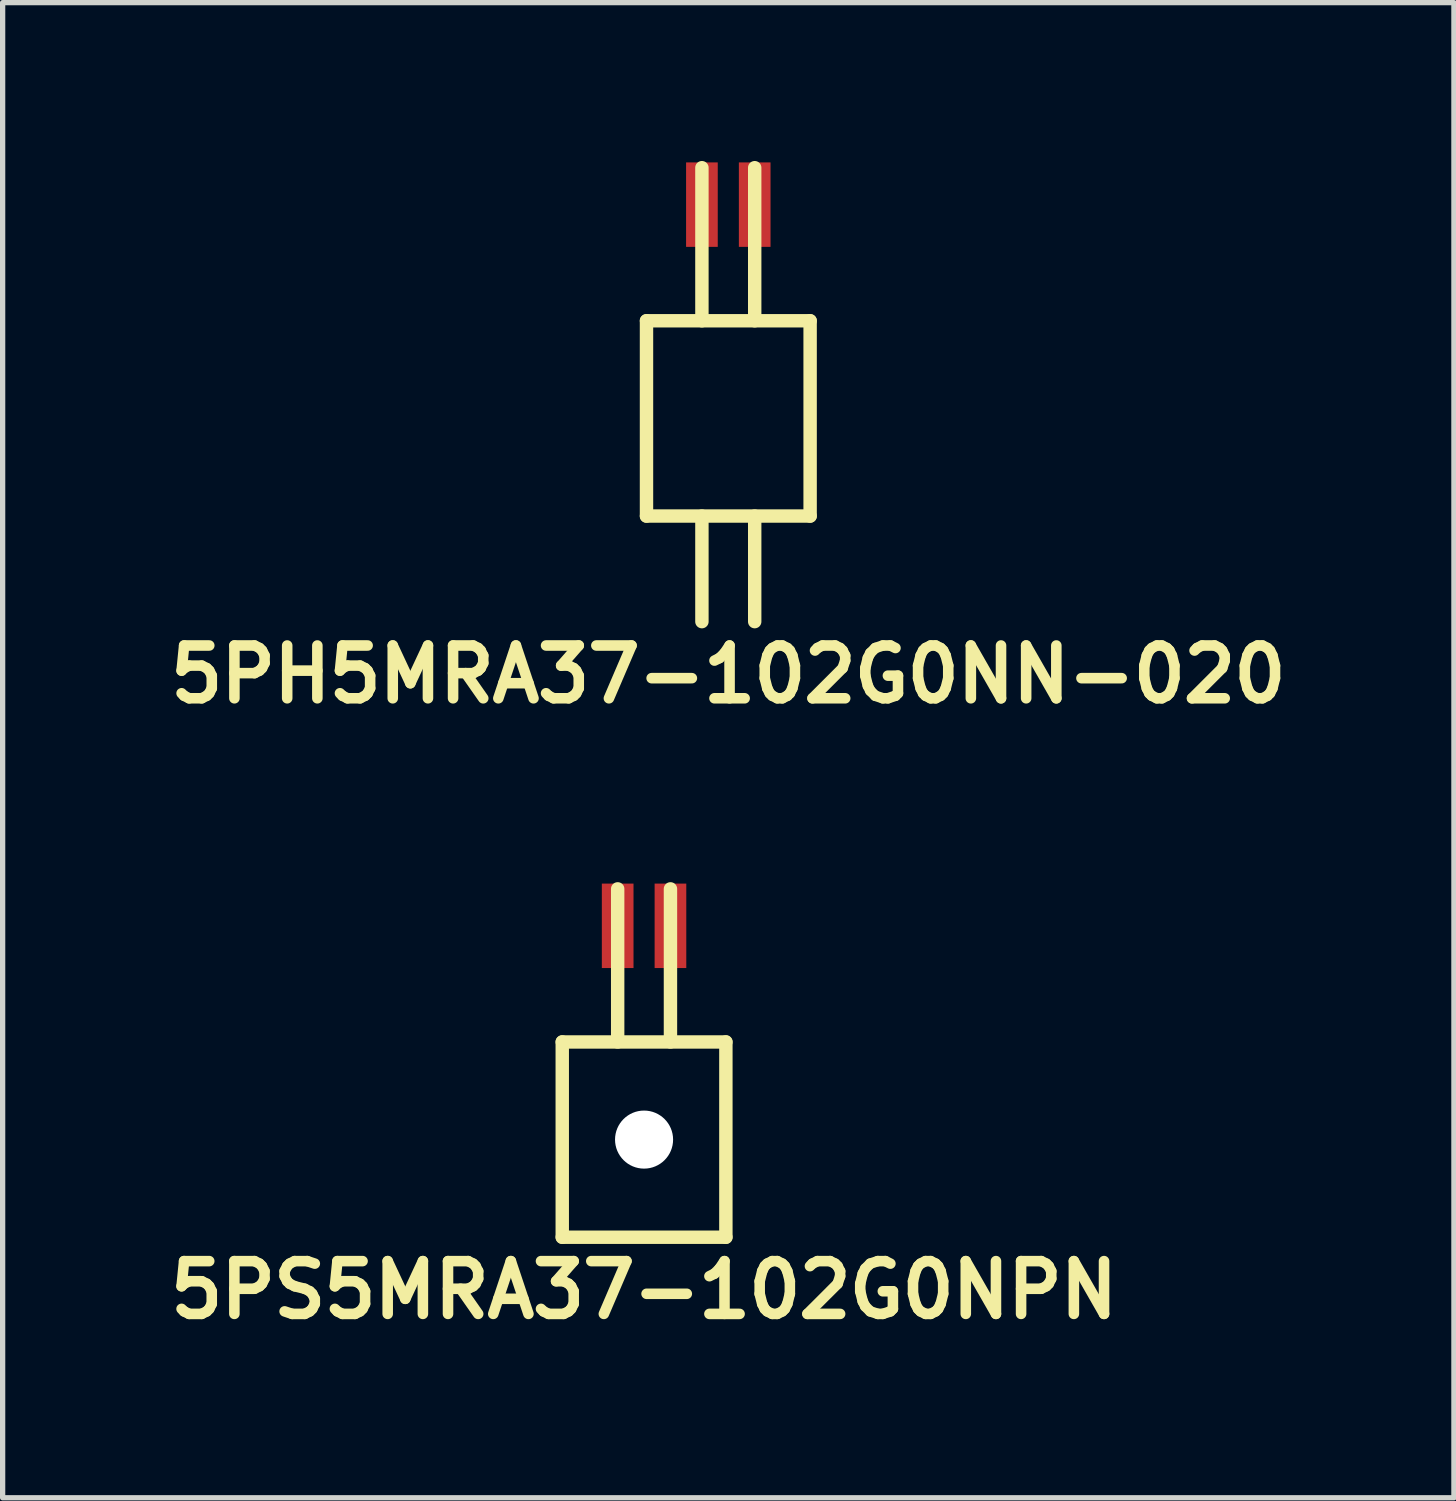
<source format=kicad_pcb>
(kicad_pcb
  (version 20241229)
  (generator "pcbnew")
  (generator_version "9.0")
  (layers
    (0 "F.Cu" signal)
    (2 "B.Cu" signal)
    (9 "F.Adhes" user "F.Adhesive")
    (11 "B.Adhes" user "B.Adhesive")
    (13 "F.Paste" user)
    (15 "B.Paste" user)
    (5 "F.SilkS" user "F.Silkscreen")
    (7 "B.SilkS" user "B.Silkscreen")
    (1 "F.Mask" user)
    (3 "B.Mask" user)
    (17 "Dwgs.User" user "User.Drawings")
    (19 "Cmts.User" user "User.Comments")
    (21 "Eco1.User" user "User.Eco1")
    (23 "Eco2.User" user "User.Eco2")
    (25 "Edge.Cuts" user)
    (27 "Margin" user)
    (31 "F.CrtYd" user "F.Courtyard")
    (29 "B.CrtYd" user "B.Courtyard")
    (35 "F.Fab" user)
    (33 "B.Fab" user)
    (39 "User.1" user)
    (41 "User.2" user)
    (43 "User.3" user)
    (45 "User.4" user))
  (footprint "5PH5MRA37-102G0NN-020"
    (layer "F.Cu")
    (at 10.748 3.327)
    (property "Reference" "5PH5MRA37-102G0NN-020" (at 0 6.4 0) (layer "F.SilkS") (effects (font (size 1 1) (thickness 0.2))))
    (attr through_hole)
    (fp_line (start -1.55 -0.3) (end 1.55 -0.3) (stroke (width 0.254) (type solid)) (layer "F.SilkS"))
    (fp_line (start -1.55 -0.3) (end -1.55 3.4) (stroke (width 0.254) (type solid)) (layer "F.SilkS"))
    (fp_line (start -1.55 3.4) (end 1.55 3.4) (stroke (width 0.254) (type solid)) (layer "F.SilkS"))
    (fp_line (start -0.5 -0.3) (end -0.5 -3.2) (stroke (width 0.254) (type solid)) (layer "F.SilkS"))
    (fp_line (start -0.5 3.4) (end -0.5 5.4) (stroke (width 0.254) (type solid)) (layer "F.SilkS"))
    (fp_line (start 0.5 -0.3) (end 0.5 -3.2) (stroke (width 0.254) (type solid)) (layer "F.SilkS"))
    (fp_line (start 0.5 3.4) (end 0.5 5.4) (stroke (width 0.254) (type solid)) (layer "F.SilkS"))
    (fp_line (start 1.55 -0.3) (end 1.55 3.4) (stroke (width 0.254) (type solid)) (layer "F.SilkS"))
    (pad "1" smd rect (at 0.5 -2.5) (size 0.6 1.6) (layers "F.Cu" "F.Mask" "F.Paste"))
    (pad "2" smd rect (at -0.5 -2.5) (size 0.6 1.6) (layers "F.Cu" "F.Mask" "F.Paste")))
  (footprint "5PS5MRA37-102G0NPN"
    (layer "F.Cu")
    (at 9.152 16.99)
    (property "Reference" "5PS5MRA37-102G0NPN" (at 0 4.4 0) (layer "F.SilkS") (effects (font (size 1 1) (thickness 0.2))))
    (attr through_hole)
    (fp_line (start -1.55 -0.3) (end 1.55 -0.3) (stroke (width 0.254) (type solid)) (layer "F.SilkS"))
    (fp_line (start -1.55 -0.3) (end -1.55 3.4) (stroke (width 0.254) (type solid)) (layer "F.SilkS"))
    (fp_line (start -1.55 3.4) (end 1.55 3.4) (stroke (width 0.254) (type solid)) (layer "F.SilkS"))
    (fp_line (start -0.5 -0.3) (end -0.5 -3.2) (stroke (width 0.254) (type solid)) (layer "F.SilkS"))
    (fp_line (start 0.5 -0.3) (end 0.5 -3.2) (stroke (width 0.254) (type solid)) (layer "F.SilkS"))
    (fp_line (start 1.55 -0.3) (end 1.55 3.4) (stroke (width 0.254) (type solid)) (layer "F.SilkS"))
    (pad "" np_thru_hole circle (at 0 1.55) (size 1.1 1.1) (drill 1.1) (layers "*.Cu" "*.Mask"))
    (pad "1" smd rect (at -0.5 -2.5) (size 0.6 1.6) (layers "F.Cu" "F.Mask" "F.Paste"))
    (pad "2" smd rect (at 0.5 -2.5) (size 0.6 1.6) (layers "F.Cu" "F.Mask" "F.Paste")))
  (gr_rect
    (start -3 -3)
    (end 24.495 25.326)
    (stroke (width 0.1) (type default))
    (fill no)
    (layer "Edge.Cuts")))
</source>
